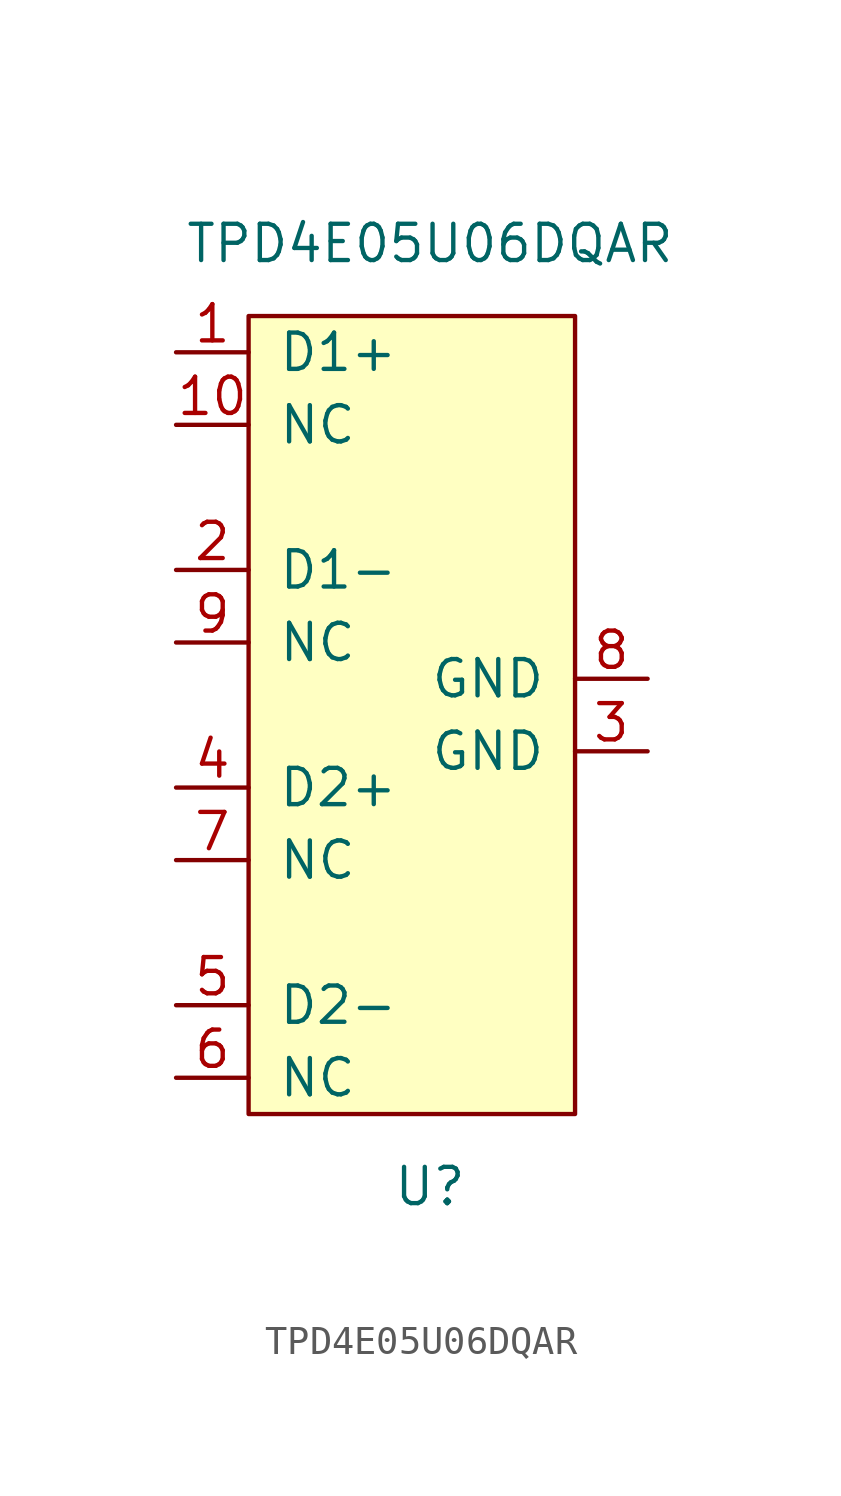
<source format=kicad_sym>
(kicad_symbol_lib
  (version 20211014)
  (generator kicad_symbol_editor)
  (symbol "TPD4E05U06DQAR"
    (pin_names
      (offset 1.016))
    (property "Reference" "U"
      (at 0 -16.51 0)
      (effects (font (size 1.27 1.27))))
    (property "Value" "TPD4E05U06DQAR"
      (at 0 16.51 0)
      (effects (font (size 1.27 1.27))))
    (symbol "TPD4E05U06DQAR_0_1"
      (rectangle (start -6.35 13.97) (end 5.08 -13.97) (stroke (width 0) (type default) (color 0 0 0 0)) (fill (type background))))
    (symbol "TPD4E05U06DQAR_1_1"
      (pin passive line (at -8.89 12.7 0) (length 2.54) (name "D1+" (effects (font (size 1.27 1.27)))) (number "1" (effects (font (size 1.27 1.27)))))
      (pin passive line (at -8.89 10.16 0) (length 2.54) (name "NC" (effects (font (size 1.27 1.27)))) (number "10" (effects (font (size 1.27 1.27)))))
      (pin passive line (at -8.89 5.08 0) (length 2.54) (name "D1-" (effects (font (size 1.27 1.27)))) (number "2" (effects (font (size 1.27 1.27)))))
      (pin passive line (at 7.62 -1.27 180) (length 2.54) (name "GND" (effects (font (size 1.27 1.27)))) (number "3" (effects (font (size 1.27 1.27)))))
      (pin passive line (at -8.89 -2.54 0) (length 2.54) (name "D2+" (effects (font (size 1.27 1.27)))) (number "4" (effects (font (size 1.27 1.27)))))
      (pin passive line (at -8.89 -10.16 0) (length 2.54) (name "D2-" (effects (font (size 1.27 1.27)))) (number "5" (effects (font (size 1.27 1.27)))))
      (pin passive line (at -8.89 -12.7 0) (length 2.54) (name "NC" (effects (font (size 1.27 1.27)))) (number "6" (effects (font (size 1.27 1.27)))))
      (pin passive line (at -8.89 -5.08 0) (length 2.54) (name "NC" (effects (font (size 1.27 1.27)))) (number "7" (effects (font (size 1.27 1.27)))))
      (pin passive line (at 7.62 1.27 180) (length 2.54) (name "GND" (effects (font (size 1.27 1.27)))) (number "8" (effects (font (size 1.27 1.27)))))
      (pin passive line (at -8.89 2.54 0) (length 2.54) (name "NC" (effects (font (size 1.27 1.27)))) (number "9" (effects (font (size 1.27 1.27))))))))
</source>
